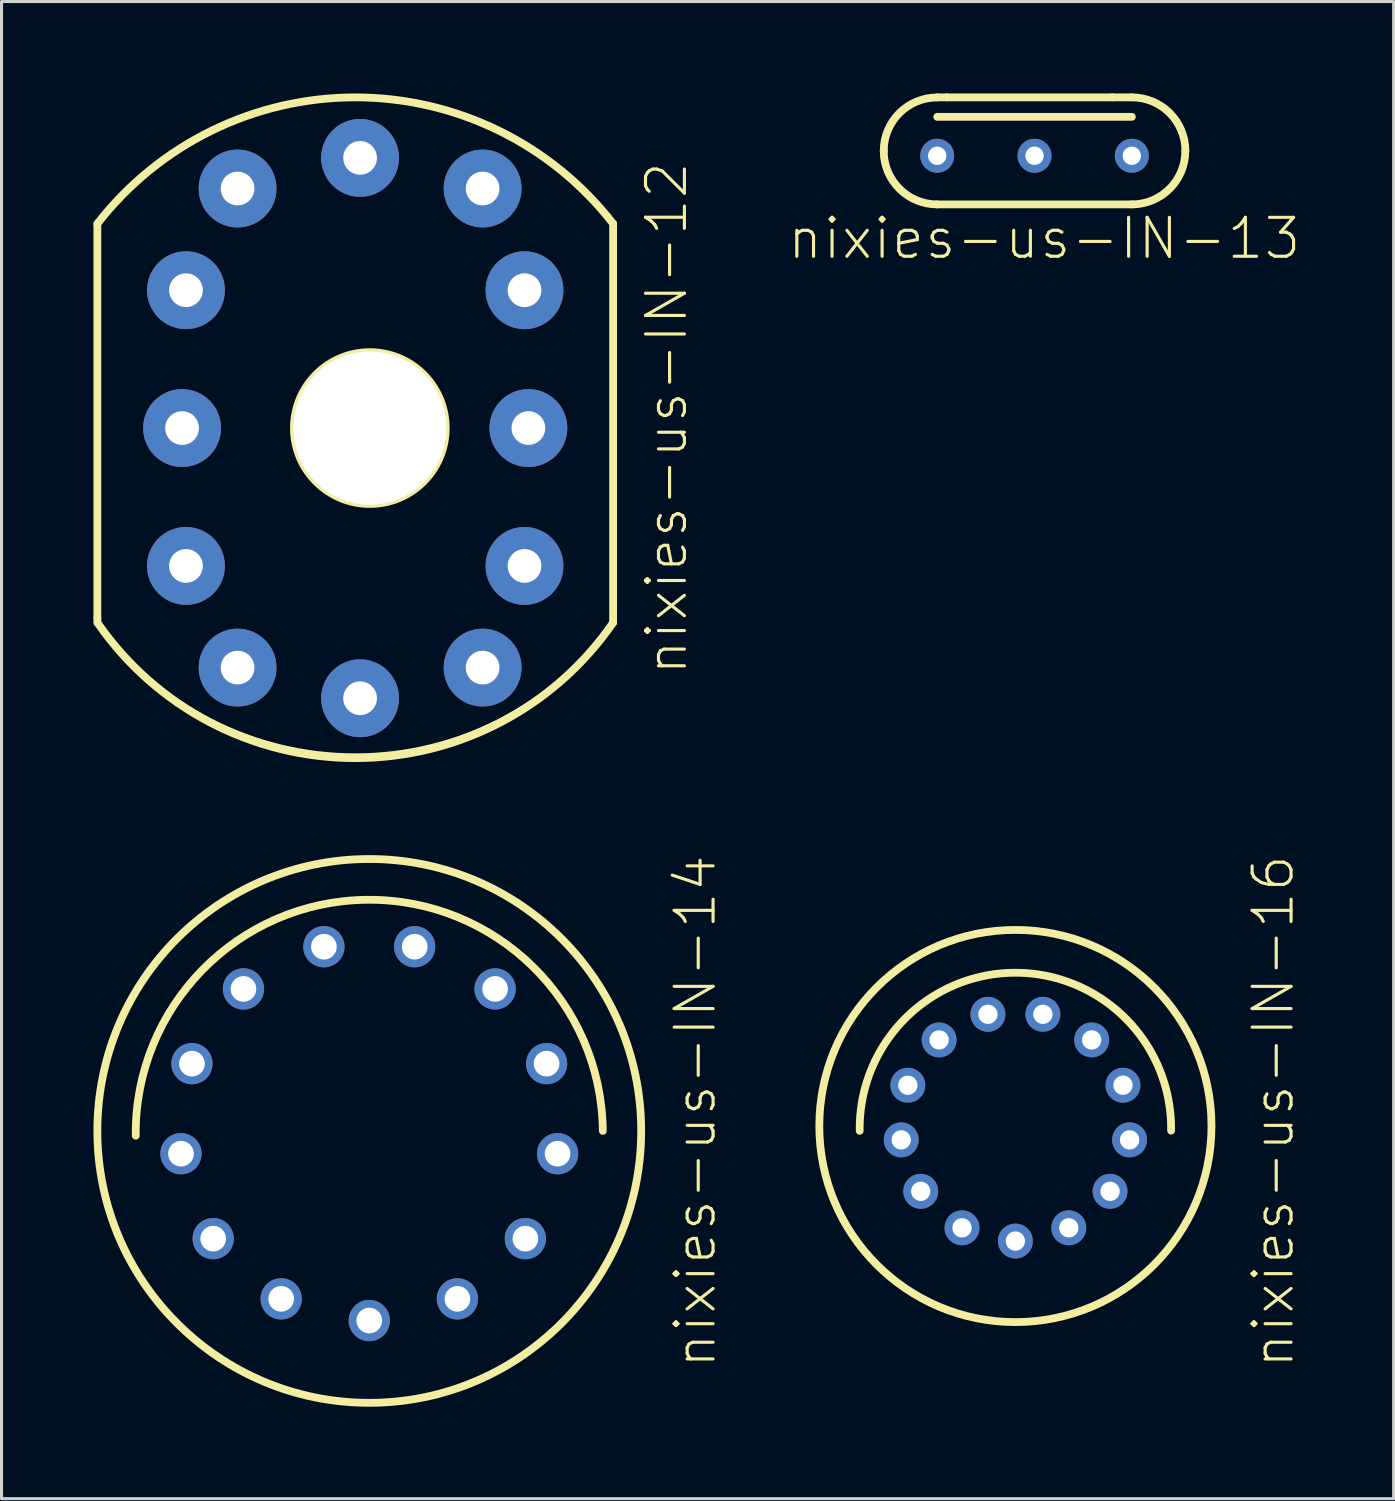
<source format=kicad_pcb>
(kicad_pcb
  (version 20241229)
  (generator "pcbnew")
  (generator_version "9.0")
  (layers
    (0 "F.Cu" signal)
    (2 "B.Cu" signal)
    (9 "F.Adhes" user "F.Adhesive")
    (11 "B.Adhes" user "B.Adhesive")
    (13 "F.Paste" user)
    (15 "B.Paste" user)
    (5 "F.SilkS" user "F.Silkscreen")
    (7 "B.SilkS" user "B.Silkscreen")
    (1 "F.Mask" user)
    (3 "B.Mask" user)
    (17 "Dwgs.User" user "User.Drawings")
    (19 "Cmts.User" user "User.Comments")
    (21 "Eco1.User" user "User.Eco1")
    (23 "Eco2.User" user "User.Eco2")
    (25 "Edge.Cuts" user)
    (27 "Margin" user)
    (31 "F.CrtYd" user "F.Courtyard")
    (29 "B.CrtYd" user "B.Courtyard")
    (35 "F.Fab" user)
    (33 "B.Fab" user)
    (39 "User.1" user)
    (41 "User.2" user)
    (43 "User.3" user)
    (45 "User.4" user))
  (footprint "nixies-us-IN-12"
    (layer "F.Cu")
    (at 9.017 10.917)
    (property "Reference" "nixies-us-IN-12" (at 9.682 -0.318 90) (layer "F.SilkS") (effects (font (size 1.27 1.27) (thickness 0.102))))
    (attr exclude_from_pos_files exclude_from_bom)
    (fp_line (start -8.89 6.19) (end -8.89 -6.668) (stroke (width 0.254) (type solid)) (layer "F.SilkS"))
    (fp_line (start -8.89 6.19) (end -8.89 6.35) (stroke (width 0.254) (type solid)) (layer "F.SilkS"))
    (fp_line (start 7.938 -6.668) (end 7.938 6.35) (stroke (width 0.254) (type solid)) (layer "F.SilkS"))
    (fp_arc (start -8.89 -6.6675) (mid -0.483925 -10.789801) (end 7.929063 -6.681627) (stroke (width 0.254) (type solid)) (layer "F.SilkS"))
    (fp_arc (start -8.89 -6.6675) (mid -0.483112 -10.757563) (end 7.929982 -6.680281) (stroke (width 0.127) (type solid)) (layer "F.SilkS"))
    (fp_arc (start 7.9375 6.35) (mid -0.475414 10.677846) (end -8.887964 6.349294) (stroke (width 0.127) (type solid)) (layer "F.SilkS"))
    (fp_arc (start 7.9375 6.35) (mid -0.469135 10.76972) (end -8.880822 6.359623) (stroke (width 0.254) (type solid)) (layer "F.SilkS"))
    (fp_circle (center 0 0) (end 0 -2.54) (stroke (width 0.127) (type solid)) (fill no) (layer "F.SilkS"))
    (pad "" np_thru_hole circle (at 0 0) (size 4.999 4.999) (drill 4.999) (layers "*.Cu" "*.Mask"))
    (pad "0" thru_hole circle (at 5.047 4.498) (size 2.54 2.54) (drill 1.1) (layers "*.Cu" "*.Paste" "*.Mask"))
    (pad "1" thru_hole circle (at -4.315 7.816) (size 2.54 2.54) (drill 1.1) (layers "*.Cu" "*.Paste" "*.Mask"))
    (pad "2" thru_hole circle (at -5.999 4.498) (size 2.54 2.54) (drill 1.1) (layers "*.Cu" "*.Paste" "*.Mask"))
    (pad "3" thru_hole circle (at -6.126 0) (size 2.54 2.54) (drill 1.1) (layers "*.Cu" "*.Paste" "*.Mask"))
    (pad "4" thru_hole circle (at -5.999 -4.498) (size 2.54 2.54) (drill 1.1) (layers "*.Cu" "*.Paste" "*.Mask"))
    (pad "5" thru_hole circle (at -4.315 -7.816) (size 2.54 2.54) (drill 1.1) (layers "*.Cu" "*.Paste" "*.Mask"))
    (pad "6" thru_hole circle (at -0.318 -8.816) (size 2.54 2.54) (drill 1.1) (layers "*.Cu" "*.Paste" "*.Mask"))
    (pad "7" thru_hole circle (at 3.68 -7.816) (size 2.54 2.54) (drill 1.1) (layers "*.Cu" "*.Paste" "*.Mask"))
    (pad "8" thru_hole circle (at 5.047 -4.498) (size 2.54 2.54) (drill 1.1) (layers "*.Cu" "*.Paste" "*.Mask"))
    (pad "9" thru_hole circle (at 5.174 0) (size 2.54 2.54) (drill 1.1) (layers "*.Cu" "*.Paste" "*.Mask"))
    (pad "A" thru_hole circle (at 3.68 7.816) (size 2.54 2.54) (drill 1.1) (layers "*.Cu" "*.Paste" "*.Mask"))
    (pad "LHDP" thru_hole circle (at -0.318 8.816) (size 2.54 2.54) (drill 1.1) (layers "*.Cu" "*.Paste" "*.Mask")))
  (footprint "nixies-us-IN-14"
    (layer "F.Cu")
    (at 8.999 33.85)
    (property "Reference" "nixies-us-IN-14" (at 10.635 -0.635 90) (layer "F.SilkS") (effects (font (size 1.27 1.27) (thickness 0.102))))
    (attr exclude_from_pos_files exclude_from_bom)
    (fp_arc (start -7.62 0.15748) (mid -0.07874 -7.54126) (end 7.62 0) (stroke (width 0.254) (type solid)) (layer "F.SilkS"))
    (fp_circle (center 0 0) (end 0 -8.872) (stroke (width 0.254) (type solid)) (fill no) (layer "F.SilkS"))
    (pad "0" thru_hole circle (at 5.093 3.515) (size 1.346 1.346) (drill 0.838) (layers "*.Cu" "*.Paste" "*.Mask"))
    (pad "1" thru_hole circle (at -5.093 3.515) (size 1.346 1.346) (drill 0.838) (layers "*.Cu" "*.Paste" "*.Mask"))
    (pad "2" thru_hole circle (at -6.144 0.744) (size 1.346 1.346) (drill 0.838) (layers "*.Cu" "*.Paste" "*.Mask"))
    (pad "3" thru_hole circle (at -5.786 -2.195) (size 1.346 1.346) (drill 0.838) (layers "*.Cu" "*.Paste" "*.Mask"))
    (pad "4" thru_hole circle (at -4.105 -4.633) (size 1.346 1.346) (drill 0.838) (layers "*.Cu" "*.Paste" "*.Mask"))
    (pad "5" thru_hole circle (at -1.481 -6.01) (size 1.346 1.346) (drill 0.838) (layers "*.Cu" "*.Paste" "*.Mask"))
    (pad "6" thru_hole circle (at 1.481 -6.01) (size 1.346 1.346) (drill 0.838) (layers "*.Cu" "*.Paste" "*.Mask"))
    (pad "7" thru_hole circle (at 4.105 -4.633) (size 1.346 1.346) (drill 0.838) (layers "*.Cu" "*.Paste" "*.Mask"))
    (pad "8" thru_hole circle (at 5.786 -2.195) (size 1.346 1.346) (drill 0.838) (layers "*.Cu" "*.Paste" "*.Mask"))
    (pad "9" thru_hole circle (at 6.144 0.744) (size 1.346 1.346) (drill 0.838) (layers "*.Cu" "*.Paste" "*.Mask"))
    (pad "A" thru_hole circle (at 0 6.187) (size 1.346 1.346) (drill 0.838) (layers "*.Cu" "*.Paste" "*.Mask"))
    (pad "LHDP" thru_hole circle (at 2.875 5.479) (size 1.346 1.346) (drill 0.838) (layers "*.Cu" "*.Paste" "*.Mask"))
    (pad "RHDP" thru_hole circle (at -2.875 5.479) (size 1.346 1.346) (drill 0.838) (layers "*.Cu" "*.Paste" "*.Mask")))
  (footprint "nixies-us-IN-16"
    (layer "F.Cu")
    (at 30.081 33.69)
    (property "Reference" "nixies-us-IN-16" (at 8.412 -0.475 90) (layer "F.SilkS") (effects (font (size 1.27 1.27) (thickness 0.102))))
    (attr exclude_from_pos_files exclude_from_bom)
    (fp_arc (start -5.08 0.15748) (mid -0.003371 -5.001869) (end 5.0801 0.150739) (stroke (width 0.254) (type solid)) (layer "F.SilkS"))
    (fp_circle (center 0 0) (end 0 -6.398) (stroke (width 0.254) (type solid)) (fill no) (layer "F.SilkS"))
    (pad "0" thru_hole circle (at -1.742 3.322) (size 1.138 1.138) (drill 0.63) (layers "*.Cu" "*.Paste" "*.Mask"))
    (pad "1" thru_hole circle (at 1.742 3.322) (size 1.138 1.138) (drill 0.63) (layers "*.Cu" "*.Paste" "*.Mask"))
    (pad "2" thru_hole circle (at -2.489 -2.809) (size 1.138 1.138) (drill 0.63) (layers "*.Cu" "*.Paste" "*.Mask"))
    (pad "3" thru_hole circle (at 3.726 0.452) (size 1.138 1.138) (drill 0.63) (layers "*.Cu" "*.Paste" "*.Mask"))
    (pad "4" thru_hole circle (at 2.489 -2.809) (size 1.138 1.138) (drill 0.63) (layers "*.Cu" "*.Paste" "*.Mask"))
    (pad "5" thru_hole circle (at 0.897 -3.645) (size 1.138 1.138) (drill 0.63) (layers "*.Cu" "*.Paste" "*.Mask"))
    (pad "6" thru_hole circle (at -0.897 -3.645) (size 1.138 1.138) (drill 0.63) (layers "*.Cu" "*.Paste" "*.Mask"))
    (pad "7" thru_hole circle (at 3.089 2.131) (size 1.138 1.138) (drill 0.63) (layers "*.Cu" "*.Paste" "*.Mask"))
    (pad "8" thru_hole circle (at -3.726 0.452) (size 1.138 1.138) (drill 0.63) (layers "*.Cu" "*.Paste" "*.Mask"))
    (pad "9" thru_hole circle (at -3.089 2.131) (size 1.138 1.138) (drill 0.63) (layers "*.Cu" "*.Paste" "*.Mask"))
    (pad "A" thru_hole circle (at 0 3.754) (size 1.138 1.138) (drill 0.63) (layers "*.Cu" "*.Paste" "*.Mask"))
    (pad "LHDP" thru_hole circle (at -3.51 -1.331) (size 1.138 1.138) (drill 0.63) (layers "*.Cu" "*.Paste" "*.Mask"))
    (pad "RHDP" thru_hole circle (at 3.51 -1.331) (size 1.138 1.138) (drill 0.63) (layers "*.Cu" "*.Paste" "*.Mask")))
  (footprint "nixies-us-IN-13"
    (layer "F.Cu")
    (at 27.53 2.032)
    (property "Reference" "nixies-us-IN-13" (at 3.493 2.697 0) (layer "F.SilkS") (effects (font (size 1.27 1.27) (thickness 0.102))))
    (attr exclude_from_pos_files exclude_from_bom)
    (fp_line (start 0 -1.27) (end 6.35 -1.27) (stroke (width 0.254) (type solid)) (layer "F.SilkS"))
    (fp_line (start 0 1.587) (end 6.35 1.587) (stroke (width 0.254) (type solid)) (layer "F.SilkS"))
    (fp_line (start 0.318 -1.905) (end 0 -1.905) (stroke (width 0.127) (type solid)) (layer "F.SilkS"))
    (fp_line (start 0.318 -1.905) (end 0 -1.905) (stroke (width 0.254) (type solid)) (layer "F.SilkS"))
    (fp_line (start 5.715 -1.905) (end 0.318 -1.905) (stroke (width 0.254) (type solid)) (layer "F.SilkS"))
    (fp_line (start 6.35 -1.905) (end 5.715 -1.905) (stroke (width 0.127) (type solid)) (layer "F.SilkS"))
    (fp_line (start 6.35 -1.905) (end 5.715 -1.905) (stroke (width 0.254) (type solid)) (layer "F.SilkS"))
    (fp_arc (start -1.74498 -0.15748) (mid -1.233887 -1.391367) (end 0 -1.90246) (stroke (width 0.254) (type solid)) (layer "F.SilkS"))
    (fp_arc (start 0 1.5875) (mid -1.233887 1.076407) (end -1.74498 -0.15748) (stroke (width 0.254) (type solid)) (layer "F.SilkS"))
    (fp_arc (start 0 1.5875) (mid -1.74498 -0.15748) (end 0 -1.90246) (stroke (width 0.127) (type solid)) (layer "F.SilkS"))
    (fp_arc (start 6.35 -1.905) (mid 8.09752 -0.15748) (end 6.35 1.59004) (stroke (width 0.127) (type solid)) (layer "F.SilkS"))
    (fp_arc (start 6.35 -1.905) (mid 7.585683 -1.393163) (end 8.09752 -0.15748) (stroke (width 0.254) (type solid)) (layer "F.SilkS"))
    (fp_arc (start 8.09498 -0.15748) (mid 7.583887 1.076407) (end 6.35 1.5875) (stroke (width 0.254) (type solid)) (layer "F.SilkS"))
    (pad "A" thru_hole circle (at 0 0) (size 1.107 1.107) (drill 0.599) (layers "*.Cu" "*.Paste" "*.Mask"))
    (pad "K" thru_hole circle (at 3.175 0) (size 1.107 1.107) (drill 0.599) (layers "*.Cu" "*.Paste" "*.Mask"))
    (pad "K2" thru_hole circle (at 6.35 0) (size 1.107 1.107) (drill 0.599) (layers "*.Cu" "*.Paste" "*.Mask")))
  (gr_rect
    (start -3 -3)
    (end 42.423 45.849)
    (stroke (width 0.1) (type default))
    (fill no)
    (layer "Edge.Cuts")))
</source>
